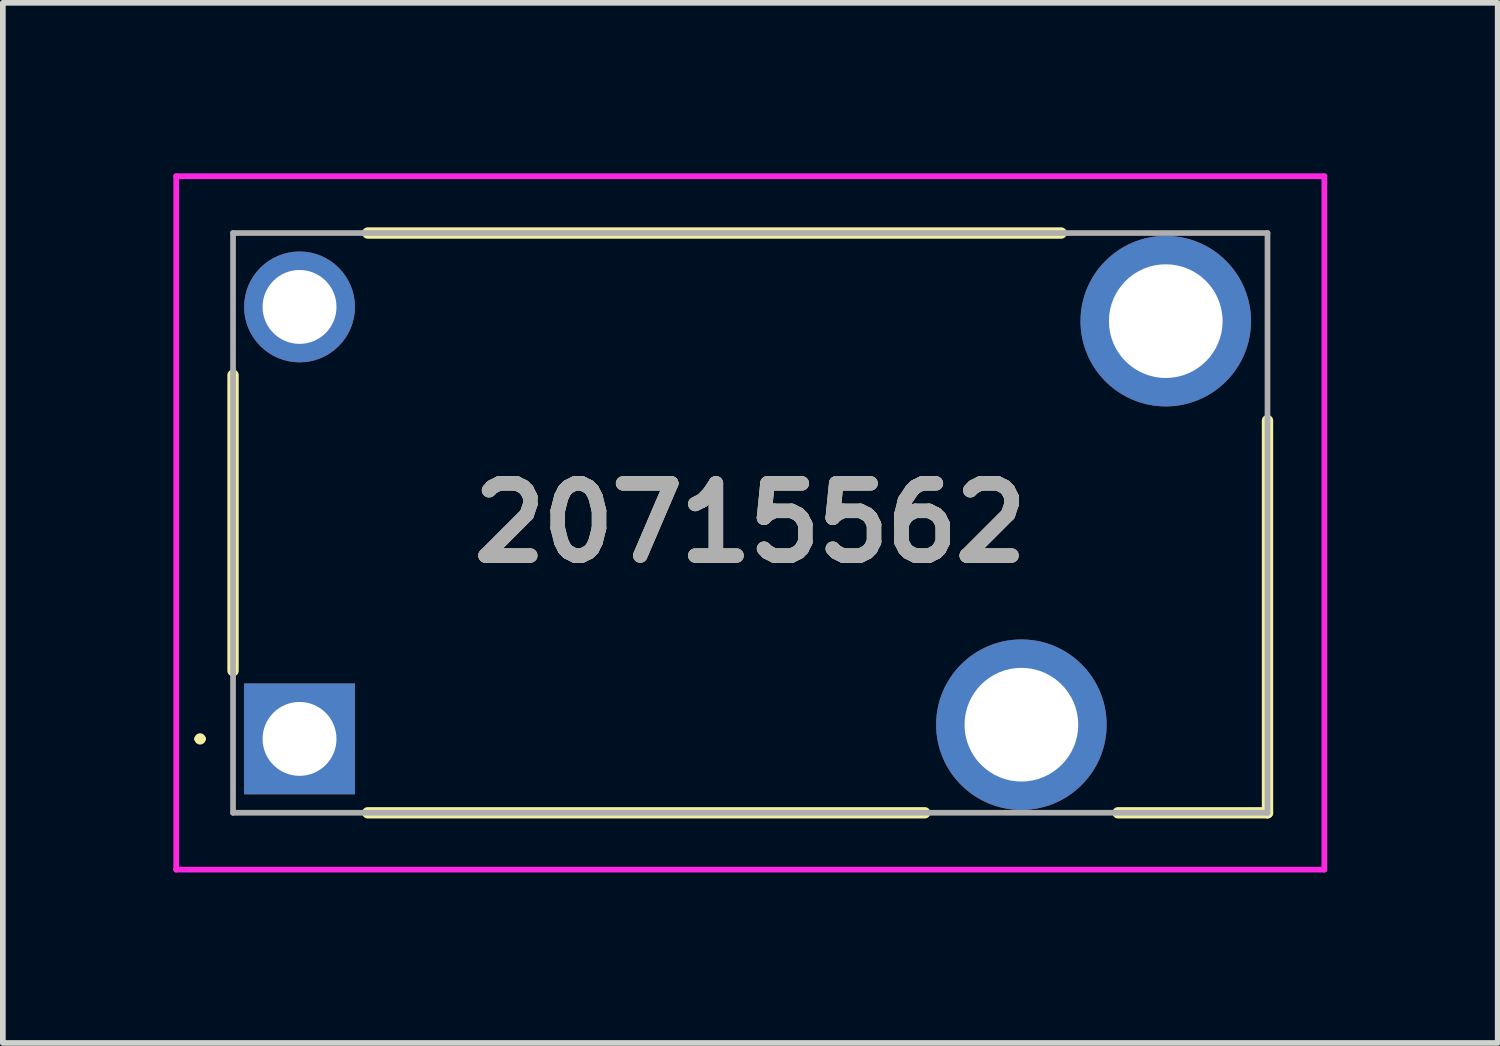
<source format=kicad_pcb>
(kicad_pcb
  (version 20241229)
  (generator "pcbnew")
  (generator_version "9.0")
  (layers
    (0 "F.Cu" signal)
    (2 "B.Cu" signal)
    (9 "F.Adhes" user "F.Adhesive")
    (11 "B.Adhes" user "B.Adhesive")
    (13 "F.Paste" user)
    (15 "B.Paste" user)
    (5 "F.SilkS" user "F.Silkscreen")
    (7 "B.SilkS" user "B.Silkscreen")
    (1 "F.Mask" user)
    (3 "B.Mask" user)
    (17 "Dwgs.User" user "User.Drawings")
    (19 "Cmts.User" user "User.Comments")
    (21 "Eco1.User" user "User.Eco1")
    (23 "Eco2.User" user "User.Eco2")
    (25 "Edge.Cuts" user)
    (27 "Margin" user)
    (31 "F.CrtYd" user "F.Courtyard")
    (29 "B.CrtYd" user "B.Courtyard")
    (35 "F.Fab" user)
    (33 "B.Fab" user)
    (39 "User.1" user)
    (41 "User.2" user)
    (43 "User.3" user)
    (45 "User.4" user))
  (footprint "20715562"
    (layer "F.Cu")
    (at 2.22 9.95)
    (property "Reference" "20715562" (at 7.93 -3.8 0) (layer "F.SilkS") (effects (font (size 1.27 1.27) (thickness 0.254))))
    (attr through_hole)
    (fp_line (start -1.8 0) (end -1.8 0) (stroke (width 0.1) (type solid)) (layer "F.SilkS"))
    (fp_line (start -1.7 0) (end -1.7 0) (stroke (width 0.1) (type solid)) (layer "F.SilkS"))
    (fp_line (start -1.17 -1.2) (end -1.17 -6.4) (stroke (width 0.2) (type solid)) (layer "F.SilkS"))
    (fp_line (start 1.2 -8.9) (end 13.4 -8.9) (stroke (width 0.2) (type solid)) (layer "F.SilkS"))
    (fp_line (start 11 1.3) (end 1.2 1.3) (stroke (width 0.2) (type solid)) (layer "F.SilkS"))
    (fp_line (start 17.03 -5.6) (end 17.03 1.3) (stroke (width 0.2) (type solid)) (layer "F.SilkS"))
    (fp_line (start 17.03 1.3) (end 14.4 1.3) (stroke (width 0.2) (type solid)) (layer "F.SilkS"))
    (fp_arc (start -1.8 0) (mid -1.75 -0.05) (end -1.7 0) (stroke (width 0.1) (type solid)) (layer "F.SilkS"))
    (fp_arc (start -1.7 0) (mid -1.75 0.05) (end -1.8 0) (stroke (width 0.1) (type solid)) (layer "F.SilkS"))
    (fp_line (start -2.17 -9.9) (end -2.17 2.3) (stroke (width 0.1) (type solid)) (layer "F.CrtYd"))
    (fp_line (start -2.17 2.3) (end 18.03 2.3) (stroke (width 0.1) (type solid)) (layer "F.CrtYd"))
    (fp_line (start 18.03 -9.9) (end -2.17 -9.9) (stroke (width 0.1) (type solid)) (layer "F.CrtYd"))
    (fp_line (start 18.03 2.3) (end 18.03 -9.9) (stroke (width 0.1) (type solid)) (layer "F.CrtYd"))
    (fp_line (start -1.17 -8.9) (end 17.03 -8.9) (stroke (width 0.1) (type solid)) (layer "F.Fab"))
    (fp_line (start -1.17 1.3) (end -1.17 -8.9) (stroke (width 0.1) (type solid)) (layer "F.Fab"))
    (fp_line (start 17.03 -8.9) (end 17.03 1.3) (stroke (width 0.1) (type solid)) (layer "F.Fab"))
    (fp_line (start 17.03 1.3) (end -1.17 1.3) (stroke (width 0.1) (type solid)) (layer "F.Fab"))
    (fp_text user "${REFERENCE}" (at 7.93 -3.8 0) (layer "F.Fab") (effects (font (size 1.27 1.27) (thickness 0.254))))
    (pad "1" thru_hole rect (at 0 0) (size 1.95 1.95) (drill 1.3) (layers "*.Cu" "*.Mask"))
    (pad "2" thru_hole circle (at 0 -7.6) (size 1.95 1.95) (drill 1.3) (layers "*.Cu" "*.Mask"))
    (pad "3" thru_hole circle (at 12.7 -0.25) (size 3 3) (drill 2) (layers "*.Cu" "*.Mask"))
    (pad "4" thru_hole circle (at 15.24 -7.35) (size 3 3) (drill 2) (layers "*.Cu" "*.Mask")))
  (gr_rect
    (start -3 -3)
    (end 23.3 15.3)
    (stroke (width 0.1) (type default))
    (fill no)
    (layer "Edge.Cuts")))
</source>
